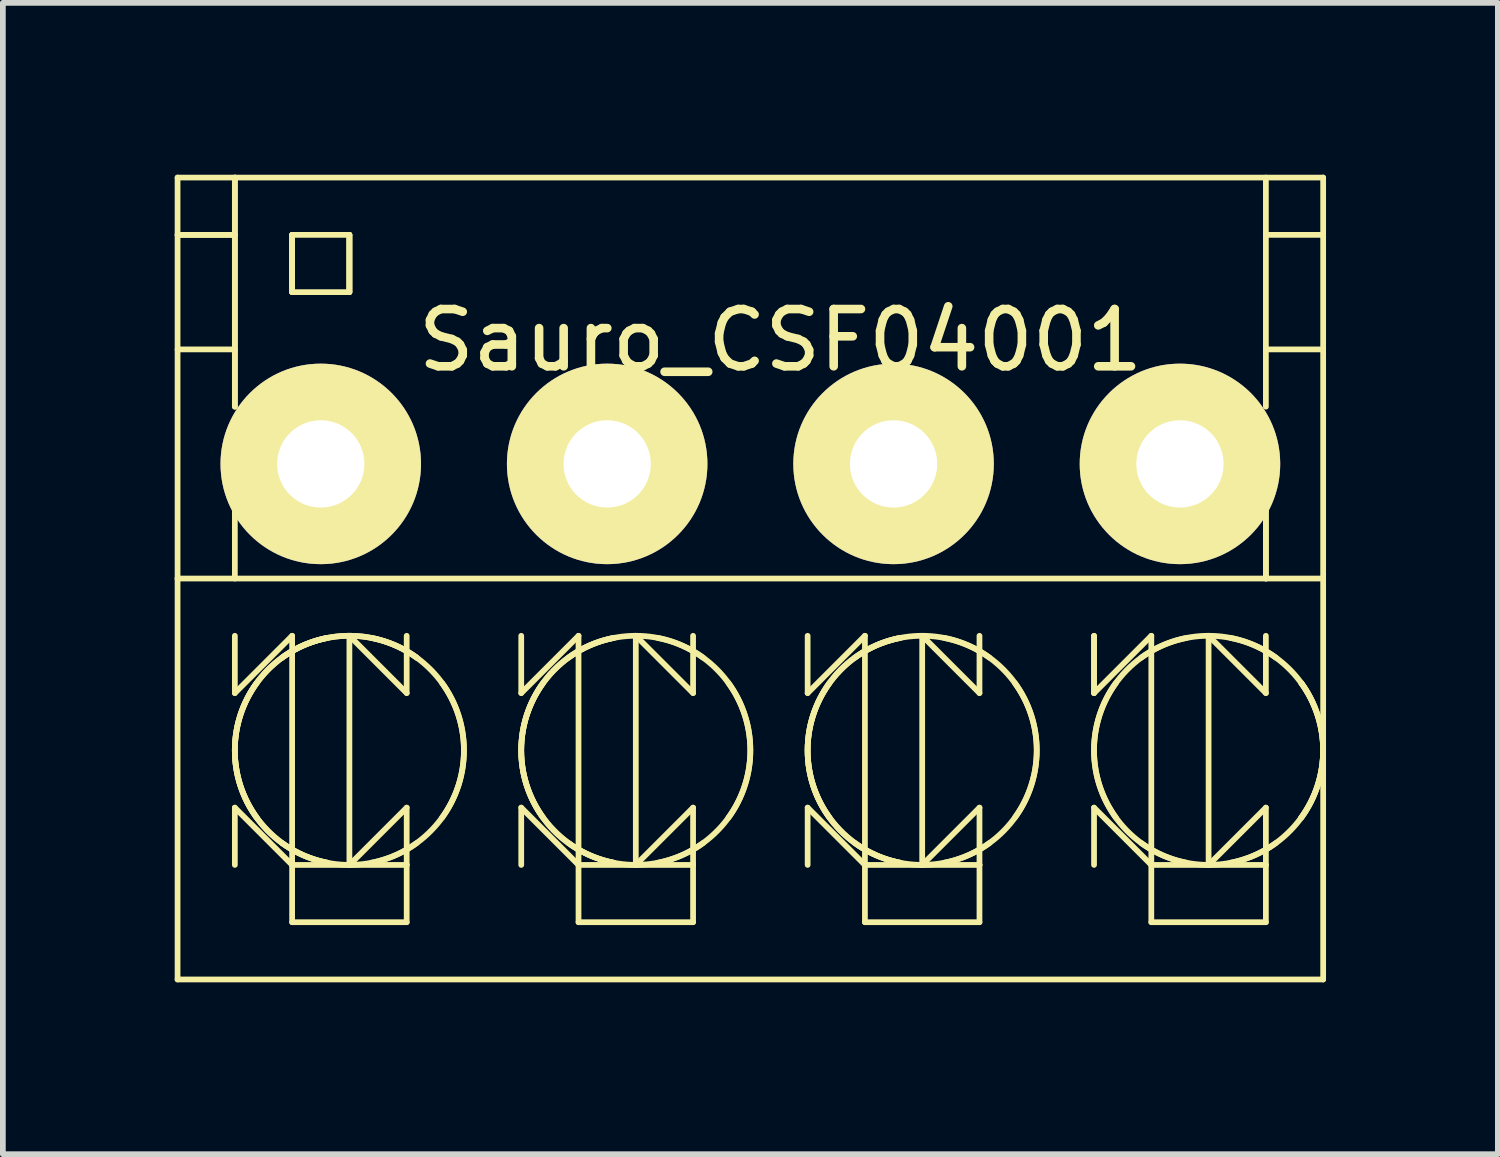
<source format=kicad_pcb>
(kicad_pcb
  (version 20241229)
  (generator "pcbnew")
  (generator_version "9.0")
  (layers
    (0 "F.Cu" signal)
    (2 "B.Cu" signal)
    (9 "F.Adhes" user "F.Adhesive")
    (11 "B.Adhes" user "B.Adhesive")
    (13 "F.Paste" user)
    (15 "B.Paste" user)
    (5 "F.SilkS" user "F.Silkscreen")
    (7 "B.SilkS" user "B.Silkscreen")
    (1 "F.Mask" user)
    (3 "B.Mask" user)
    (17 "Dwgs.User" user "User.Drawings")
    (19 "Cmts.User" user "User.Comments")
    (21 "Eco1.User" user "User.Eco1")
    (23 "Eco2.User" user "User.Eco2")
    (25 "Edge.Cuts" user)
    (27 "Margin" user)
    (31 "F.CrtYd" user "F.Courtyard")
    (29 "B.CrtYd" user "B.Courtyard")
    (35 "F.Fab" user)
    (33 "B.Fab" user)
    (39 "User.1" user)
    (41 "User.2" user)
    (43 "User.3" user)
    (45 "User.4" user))
  (footprint "Sauro_CSF04001"
    (layer "F.Cu")
    (at 2.55 5.049)
    (property "Reference" "Sauro_CSF04001" (at 8.026 -2.159 0) (layer "F.SilkS") (effects (font (size 1 1) (thickness 0.15))))
    (attr through_hole)
    (fp_line (start -2.5 -4.999) (end -2.5 2.001) (stroke (width 0.1) (type solid)) (layer "F.SilkS"))
    (fp_line (start -2.5 -4.999) (end 17.5 -4.999) (stroke (width 0.1) (type solid)) (layer "F.SilkS"))
    (fp_line (start -2.5 -3.999) (end -1.5 -3.999) (stroke (width 0.1) (type solid)) (layer "F.SilkS"))
    (fp_line (start -2.5 -3.999) (end -1.5 -3.999) (stroke (width 0.1) (type solid)) (layer "F.SilkS"))
    (fp_line (start -2.5 -1.999) (end -1.5 -1.999) (stroke (width 0.1) (type solid)) (layer "F.SilkS"))
    (fp_line (start -2.5 2.001) (end 17.5 2.001) (stroke (width 0.1) (type solid)) (layer "F.SilkS"))
    (fp_line (start -2.5 9.001) (end -2.5 2.001) (stroke (width 0.1) (type solid)) (layer "F.SilkS"))
    (fp_line (start -2.5 9.001) (end 17.5 9.001) (stroke (width 0.1) (type solid)) (layer "F.SilkS"))
    (fp_line (start -1.5 -4.999) (end -1.5 -0.999) (stroke (width 0.1) (type solid)) (layer "F.SilkS"))
    (fp_line (start -1.5 -4.999) (end -1.5 -0.999) (stroke (width 0.1) (type solid)) (layer "F.SilkS"))
    (fp_line (start -1.5 0.001) (end -1.5 2.001) (stroke (width 0.1) (type solid)) (layer "F.SilkS"))
    (fp_line (start -1.5 3.001) (end -1.5 4.001) (stroke (width 0.1) (type solid)) (layer "F.SilkS"))
    (fp_line (start -1.5 7.001) (end -1.5 6.001) (stroke (width 0.1) (type solid)) (layer "F.SilkS"))
    (fp_line (start -0.5 -3.999) (end -0.5 -2.999) (stroke (width 0.1) (type solid)) (layer "F.SilkS"))
    (fp_line (start -0.5 -3.999) (end -0.5 -2.999) (stroke (width 0.1) (type solid)) (layer "F.SilkS"))
    (fp_line (start -0.5 -3.999) (end -0.5 -2.999) (stroke (width 0.1) (type solid)) (layer "F.SilkS"))
    (fp_line (start -0.5 -2.999) (end 0.5 -2.999) (stroke (width 0.1) (type solid)) (layer "F.SilkS"))
    (fp_line (start -0.5 3.001) (end -1.5 4.001) (stroke (width 0.1) (type solid)) (layer "F.SilkS"))
    (fp_line (start -0.5 7.001) (end -1.5 6.001) (stroke (width 0.1) (type solid)) (layer "F.SilkS"))
    (fp_line (start -0.5 7.001) (end -0.5 3.001) (stroke (width 0.1) (type solid)) (layer "F.SilkS"))
    (fp_line (start -0.5 7.001) (end -0.5 8.001) (stroke (width 0.1) (type solid)) (layer "F.SilkS"))
    (fp_line (start -0.5 8.001) (end 1.5 8.001) (stroke (width 0.1) (type solid)) (layer "F.SilkS"))
    (fp_line (start 0.5 -3.999) (end -0.5 -3.999) (stroke (width 0.1) (type solid)) (layer "F.SilkS"))
    (fp_line (start 0.5 -2.999) (end 0.5 -3.999) (stroke (width 0.1) (type solid)) (layer "F.SilkS"))
    (fp_line (start 0.5 -2.999) (end 0.5 -3.999) (stroke (width 0.1) (type solid)) (layer "F.SilkS"))
    (fp_line (start 0.5 -2.999) (end 0.5 -3.999) (stroke (width 0.1) (type solid)) (layer "F.SilkS"))
    (fp_line (start 0.5 7.001) (end 0.5 3.001) (stroke (width 0.1) (type solid)) (layer "F.SilkS"))
    (fp_line (start 1.5 4.001) (end 0.5 3.001) (stroke (width 0.1) (type solid)) (layer "F.SilkS"))
    (fp_line (start 1.5 4.001) (end 1.5 3.001) (stroke (width 0.1) (type solid)) (layer "F.SilkS"))
    (fp_line (start 1.5 6.001) (end 0.5 7.001) (stroke (width 0.1) (type solid)) (layer "F.SilkS"))
    (fp_line (start 1.5 6.001) (end 1.5 7.001) (stroke (width 0.1) (type solid)) (layer "F.SilkS"))
    (fp_line (start 1.5 7.001) (end -0.5 7.001) (stroke (width 0.1) (type solid)) (layer "F.SilkS"))
    (fp_line (start 1.5 8.001) (end 1.5 7.001) (stroke (width 0.1) (type solid)) (layer "F.SilkS"))
    (fp_line (start 3.5 3.001) (end 3.5 4.001) (stroke (width 0.1) (type solid)) (layer "F.SilkS"))
    (fp_line (start 3.5 7.001) (end 3.5 6.001) (stroke (width 0.1) (type solid)) (layer "F.SilkS"))
    (fp_line (start 4.5 3.001) (end 3.5 4.001) (stroke (width 0.1) (type solid)) (layer "F.SilkS"))
    (fp_line (start 4.5 7.001) (end 3.5 6.001) (stroke (width 0.1) (type solid)) (layer "F.SilkS"))
    (fp_line (start 4.5 7.001) (end 4.5 3.001) (stroke (width 0.1) (type solid)) (layer "F.SilkS"))
    (fp_line (start 4.5 7.001) (end 4.5 8.001) (stroke (width 0.1) (type solid)) (layer "F.SilkS"))
    (fp_line (start 4.5 8.001) (end 6.5 8.001) (stroke (width 0.1) (type solid)) (layer "F.SilkS"))
    (fp_line (start 5.5 7.001) (end 5.5 3.001) (stroke (width 0.1) (type solid)) (layer "F.SilkS"))
    (fp_line (start 6.5 4.001) (end 5.5 3.001) (stroke (width 0.1) (type solid)) (layer "F.SilkS"))
    (fp_line (start 6.5 4.001) (end 6.5 3.001) (stroke (width 0.1) (type solid)) (layer "F.SilkS"))
    (fp_line (start 6.5 6.001) (end 5.5 7.001) (stroke (width 0.1) (type solid)) (layer "F.SilkS"))
    (fp_line (start 6.5 6.001) (end 6.5 7.001) (stroke (width 0.1) (type solid)) (layer "F.SilkS"))
    (fp_line (start 6.5 7.001) (end 4.5 7.001) (stroke (width 0.1) (type solid)) (layer "F.SilkS"))
    (fp_line (start 6.5 8.001) (end 6.5 7.001) (stroke (width 0.1) (type solid)) (layer "F.SilkS"))
    (fp_line (start 8.5 3.001) (end 8.5 4.001) (stroke (width 0.1) (type solid)) (layer "F.SilkS"))
    (fp_line (start 8.5 7.001) (end 8.5 6.001) (stroke (width 0.1) (type solid)) (layer "F.SilkS"))
    (fp_line (start 9.5 3.001) (end 8.5 4.001) (stroke (width 0.1) (type solid)) (layer "F.SilkS"))
    (fp_line (start 9.5 7.001) (end 8.5 6.001) (stroke (width 0.1) (type solid)) (layer "F.SilkS"))
    (fp_line (start 9.5 7.001) (end 9.5 3.001) (stroke (width 0.1) (type solid)) (layer "F.SilkS"))
    (fp_line (start 9.5 7.001) (end 9.5 8.001) (stroke (width 0.1) (type solid)) (layer "F.SilkS"))
    (fp_line (start 9.5 8.001) (end 11.5 8.001) (stroke (width 0.1) (type solid)) (layer "F.SilkS"))
    (fp_line (start 10.5 7.001) (end 10.5 3.001) (stroke (width 0.1) (type solid)) (layer "F.SilkS"))
    (fp_line (start 11.5 4.001) (end 10.5 3.001) (stroke (width 0.1) (type solid)) (layer "F.SilkS"))
    (fp_line (start 11.5 4.001) (end 11.5 3.001) (stroke (width 0.1) (type solid)) (layer "F.SilkS"))
    (fp_line (start 11.5 6.001) (end 10.5 7.001) (stroke (width 0.1) (type solid)) (layer "F.SilkS"))
    (fp_line (start 11.5 6.001) (end 11.5 7.001) (stroke (width 0.1) (type solid)) (layer "F.SilkS"))
    (fp_line (start 11.5 7.001) (end 9.5 7.001) (stroke (width 0.1) (type solid)) (layer "F.SilkS"))
    (fp_line (start 11.5 8.001) (end 11.5 7.001) (stroke (width 0.1) (type solid)) (layer "F.SilkS"))
    (fp_line (start 13.5 3.001) (end 13.5 4.001) (stroke (width 0.1) (type solid)) (layer "F.SilkS"))
    (fp_line (start 13.5 3.001) (end 13.5 4.001) (stroke (width 0.1) (type solid)) (layer "F.SilkS"))
    (fp_line (start 13.5 7.001) (end 13.5 6.001) (stroke (width 0.1) (type solid)) (layer "F.SilkS"))
    (fp_line (start 14.5 3.001) (end 13.5 4.001) (stroke (width 0.1) (type solid)) (layer "F.SilkS"))
    (fp_line (start 14.5 7.001) (end 13.5 6.001) (stroke (width 0.1) (type solid)) (layer "F.SilkS"))
    (fp_line (start 14.5 7.001) (end 14.5 3.001) (stroke (width 0.1) (type solid)) (layer "F.SilkS"))
    (fp_line (start 14.5 7.001) (end 14.5 8.001) (stroke (width 0.1) (type solid)) (layer "F.SilkS"))
    (fp_line (start 14.5 8.001) (end 16.5 8.001) (stroke (width 0.1) (type solid)) (layer "F.SilkS"))
    (fp_line (start 15.5 7.001) (end 15.5 3.001) (stroke (width 0.1) (type solid)) (layer "F.SilkS"))
    (fp_line (start 16.5 -4.999) (end 16.5 -0.999) (stroke (width 0.1) (type solid)) (layer "F.SilkS"))
    (fp_line (start 16.5 0.001) (end 16.5 2.001) (stroke (width 0.1) (type solid)) (layer "F.SilkS"))
    (fp_line (start 16.5 0.001) (end 16.5 2.001) (stroke (width 0.1) (type solid)) (layer "F.SilkS"))
    (fp_line (start 16.5 4.001) (end 15.5 3.001) (stroke (width 0.1) (type solid)) (layer "F.SilkS"))
    (fp_line (start 16.5 4.001) (end 16.5 3.001) (stroke (width 0.1) (type solid)) (layer "F.SilkS"))
    (fp_line (start 16.5 6.001) (end 15.5 7.001) (stroke (width 0.1) (type solid)) (layer "F.SilkS"))
    (fp_line (start 16.5 6.001) (end 16.5 7.001) (stroke (width 0.1) (type solid)) (layer "F.SilkS"))
    (fp_line (start 16.5 7.001) (end 14.5 7.001) (stroke (width 0.1) (type solid)) (layer "F.SilkS"))
    (fp_line (start 16.5 8.001) (end 16.5 7.001) (stroke (width 0.1) (type solid)) (layer "F.SilkS"))
    (fp_line (start 17.5 -4.999) (end 17.5 2.001) (stroke (width 0.1) (type solid)) (layer "F.SilkS"))
    (fp_line (start 17.5 -3.999) (end 16.5 -3.999) (stroke (width 0.1) (type solid)) (layer "F.SilkS"))
    (fp_line (start 17.5 -1.999) (end 16.5 -1.999) (stroke (width 0.1) (type solid)) (layer "F.SilkS"))
    (fp_line (start 17.5 9.001) (end 17.5 2.001) (stroke (width 0.1) (type solid)) (layer "F.SilkS"))
    (fp_arc (start -1.118434 6.17617) (mid -1.5004 5.0006) (end -1.118434 3.825029) (stroke (width 0.1) (type solid)) (layer "F.SilkS"))
    (fp_arc (start -0.847071 -0.544039) (mid 0.9916 0.0006) (end -0.847071 0.545239) (stroke (width 0.1) (type solid)) (layer "F.SilkS"))
    (fp_arc (start -0.847071 -0.544039) (mid 0.9916 0.0006) (end -0.847071 0.545239) (stroke (width 0.1) (type solid)) (layer "F.SilkS"))
    (fp_arc (start -0.847071 -0.544039) (mid 0.9916 0.0006) (end -0.847071 0.545239) (stroke (width 0.1) (type solid)) (layer "F.SilkS"))
    (fp_arc (start -0.67597 3.382566) (mid 0.4996 3.0006) (end 1.675171 3.382566) (stroke (width 0.1) (type solid)) (layer "F.SilkS"))
    (fp_arc (start -0.67597 3.382566) (mid 0.4996 3.0006) (end 1.675171 3.382566) (stroke (width 0.1) (type solid)) (layer "F.SilkS"))
    (fp_arc (start 0.117982 6.963854) (mid -1.5004 5.0006) (end 0.117982 3.037346) (stroke (width 0.1) (type solid)) (layer "F.SilkS"))
    (fp_arc (start 0.117982 6.963854) (mid -1.5004 5.0006) (end 0.117982 3.037346) (stroke (width 0.1) (type solid)) (layer "F.SilkS"))
    (fp_arc (start 0.881218 3.037346) (mid 2.4996 5.0006) (end 0.881218 6.963854) (stroke (width 0.1) (type solid)) (layer "F.SilkS"))
    (fp_arc (start 1.67517 6.618634) (mid 0.4996 7.0006) (end -0.675971 6.618634) (stroke (width 0.1) (type solid)) (layer "F.SilkS"))
    (fp_arc (start 2.117634 3.82503) (mid 2.4996 5.0006) (end 2.117634 6.176171) (stroke (width 0.1) (type solid)) (layer "F.SilkS"))
    (fp_arc (start 3.881566 6.17617) (mid 3.4996 5.0006) (end 3.881566 3.825029) (stroke (width 0.1) (type solid)) (layer "F.SilkS"))
    (fp_arc (start 4.32403 3.382566) (mid 5.4996 3.0006) (end 6.675171 3.382566) (stroke (width 0.1) (type solid)) (layer "F.SilkS"))
    (fp_arc (start 5.117982 6.963854) (mid 3.4996 5.0006) (end 5.117982 3.037346) (stroke (width 0.1) (type solid)) (layer "F.SilkS"))
    (fp_arc (start 5.117982 6.963854) (mid 3.4996 5.0006) (end 5.117982 3.037346) (stroke (width 0.1) (type solid)) (layer "F.SilkS"))
    (fp_arc (start 5.881218 3.037346) (mid 7.4996 5.0006) (end 5.881218 6.963854) (stroke (width 0.1) (type solid)) (layer "F.SilkS"))
    (fp_arc (start 6.67517 6.618634) (mid 5.4996 7.0006) (end 4.324029 6.618634) (stroke (width 0.1) (type solid)) (layer "F.SilkS"))
    (fp_arc (start 7.117634 3.82503) (mid 7.4996 5.0006) (end 7.117634 6.176171) (stroke (width 0.1) (type solid)) (layer "F.SilkS"))
    (fp_arc (start 8.881566 6.17617) (mid 8.4996 5.0006) (end 8.881566 3.825029) (stroke (width 0.1) (type solid)) (layer "F.SilkS"))
    (fp_arc (start 9.32403 3.382566) (mid 10.4996 3.0006) (end 11.675171 3.382566) (stroke (width 0.1) (type solid)) (layer "F.SilkS"))
    (fp_arc (start 10.117982 6.963854) (mid 8.4996 5.0006) (end 10.117982 3.037346) (stroke (width 0.1) (type solid)) (layer "F.SilkS"))
    (fp_arc (start 10.117982 6.963854) (mid 8.4996 5.0006) (end 10.117982 3.037346) (stroke (width 0.1) (type solid)) (layer "F.SilkS"))
    (fp_arc (start 10.881218 3.037346) (mid 12.4996 5.0006) (end 10.881218 6.963854) (stroke (width 0.1) (type solid)) (layer "F.SilkS"))
    (fp_arc (start 11.67517 6.618634) (mid 10.4996 7.0006) (end 9.324029 6.618634) (stroke (width 0.1) (type solid)) (layer "F.SilkS"))
    (fp_arc (start 12.117634 3.82503) (mid 12.4996 5.0006) (end 12.117634 6.176171) (stroke (width 0.1) (type solid)) (layer "F.SilkS"))
    (fp_arc (start 13.881566 6.17617) (mid 13.4996 5.0006) (end 13.881566 3.825029) (stroke (width 0.1) (type solid)) (layer "F.SilkS"))
    (fp_arc (start 14.32403 3.382566) (mid 15.4996 3.0006) (end 16.675171 3.382566) (stroke (width 0.1) (type solid)) (layer "F.SilkS"))
    (fp_arc (start 15.117982 6.963854) (mid 13.4996 5.0006) (end 15.117982 3.037346) (stroke (width 0.1) (type solid)) (layer "F.SilkS"))
    (fp_arc (start 15.830271 0.545239) (mid 13.9916 0.0006) (end 15.830271 -0.544039) (stroke (width 0.1) (type solid)) (layer "F.SilkS"))
    (fp_arc (start 15.830271 0.545239) (mid 13.9916 0.0006) (end 15.830271 -0.544039) (stroke (width 0.1) (type solid)) (layer "F.SilkS"))
    (fp_arc (start 15.881218 3.037346) (mid 17.4996 5.0006) (end 15.881218 6.963854) (stroke (width 0.1) (type solid)) (layer "F.SilkS"))
    (fp_arc (start 16.67517 6.618634) (mid 15.4996 7.0006) (end 14.324029 6.618634) (stroke (width 0.1) (type solid)) (layer "F.SilkS"))
    (fp_arc (start 17.117634 3.82503) (mid 17.4996 5.0006) (end 17.117634 6.176171) (stroke (width 0.1) (type solid)) (layer "F.SilkS"))
    (fp_arc (start 17.117634 3.82503) (mid 17.4996 5.0006) (end 17.117634 6.176171) (stroke (width 0.1) (type solid)) (layer "F.SilkS"))
    (fp_circle (center -0.008 0.001) (end 0.992 0.001) (stroke (width 0.1) (type solid)) (fill no) (layer "F.SilkS"))
    (fp_circle (center 4.992 0.001) (end 5.992 0.001) (stroke (width 0.1) (type solid)) (fill no) (layer "F.SilkS"))
    (fp_circle (center 9.992 0.001) (end 10.992 0.001) (stroke (width 0.1) (type solid)) (fill no) (layer "F.SilkS"))
    (fp_circle (center 14.992 0.001) (end 15.992 0.001) (stroke (width 0.1) (type solid)) (fill no) (layer "F.SilkS"))
    (pad "1" thru_hole circle (at 15 0) (size 3.5 3.5) (drill 1.524) (layers "*.Cu" "*.Mask" "F.SilkS"))
    (pad "2" thru_hole circle (at 10 0) (size 3.5 3.5) (drill 1.524) (layers "*.Cu" "*.Mask" "F.SilkS"))
    (pad "3" thru_hole circle (at 5 0) (size 3.5 3.5) (drill 1.524) (layers "*.Cu" "*.Mask" "F.SilkS"))
    (pad "4" thru_hole circle (at 0 0) (size 3.5 3.5) (drill 1.524) (layers "*.Cu" "*.Mask" "F.SilkS")))
  (gr_rect
    (start -3 -3)
    (end 23.1 17.1)
    (stroke (width 0.1) (type default))
    (fill no)
    (layer "Edge.Cuts")))
</source>
